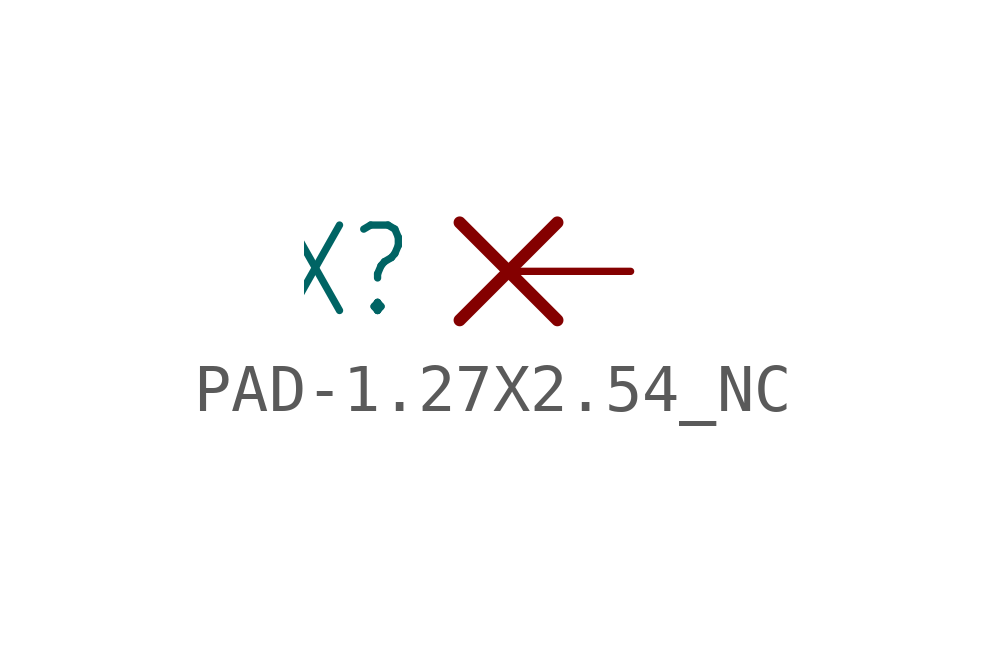
<source format=kicad_sym>
(kicad_symbol_lib
  (version 20231120)
  (generator "kicad_symbol_editor")
  (generator_version "8.0")
  (symbol "PAD-1.27X2.54_NC"
    (property "Reference" "X"
      (at -1.905 0 0)
      (effects (font (size 1.778 1.511)) (justify right)))
    (property "ki_locked" ""
      (at 0 0 0)
      (effects (font (size 1.27 1.27))))
    (symbol "PAD-1.27X2.54_NC_1_0"
      (polyline (pts (xy -1.016 -1.016) (xy 1.016 1.016)) (stroke (width 0.254) (type solid)) (fill (type none)))
      (polyline (pts (xy -1.016 1.016) (xy 1.016 -1.016)) (stroke (width 0.254) (type solid)) (fill (type none)))
      (pin passive line (at 2.54 0 180) (length 2.54) (name "P" (effects (font (size 0 0)))) (number "1" (effects (font (size 0 0))))))))
</source>
